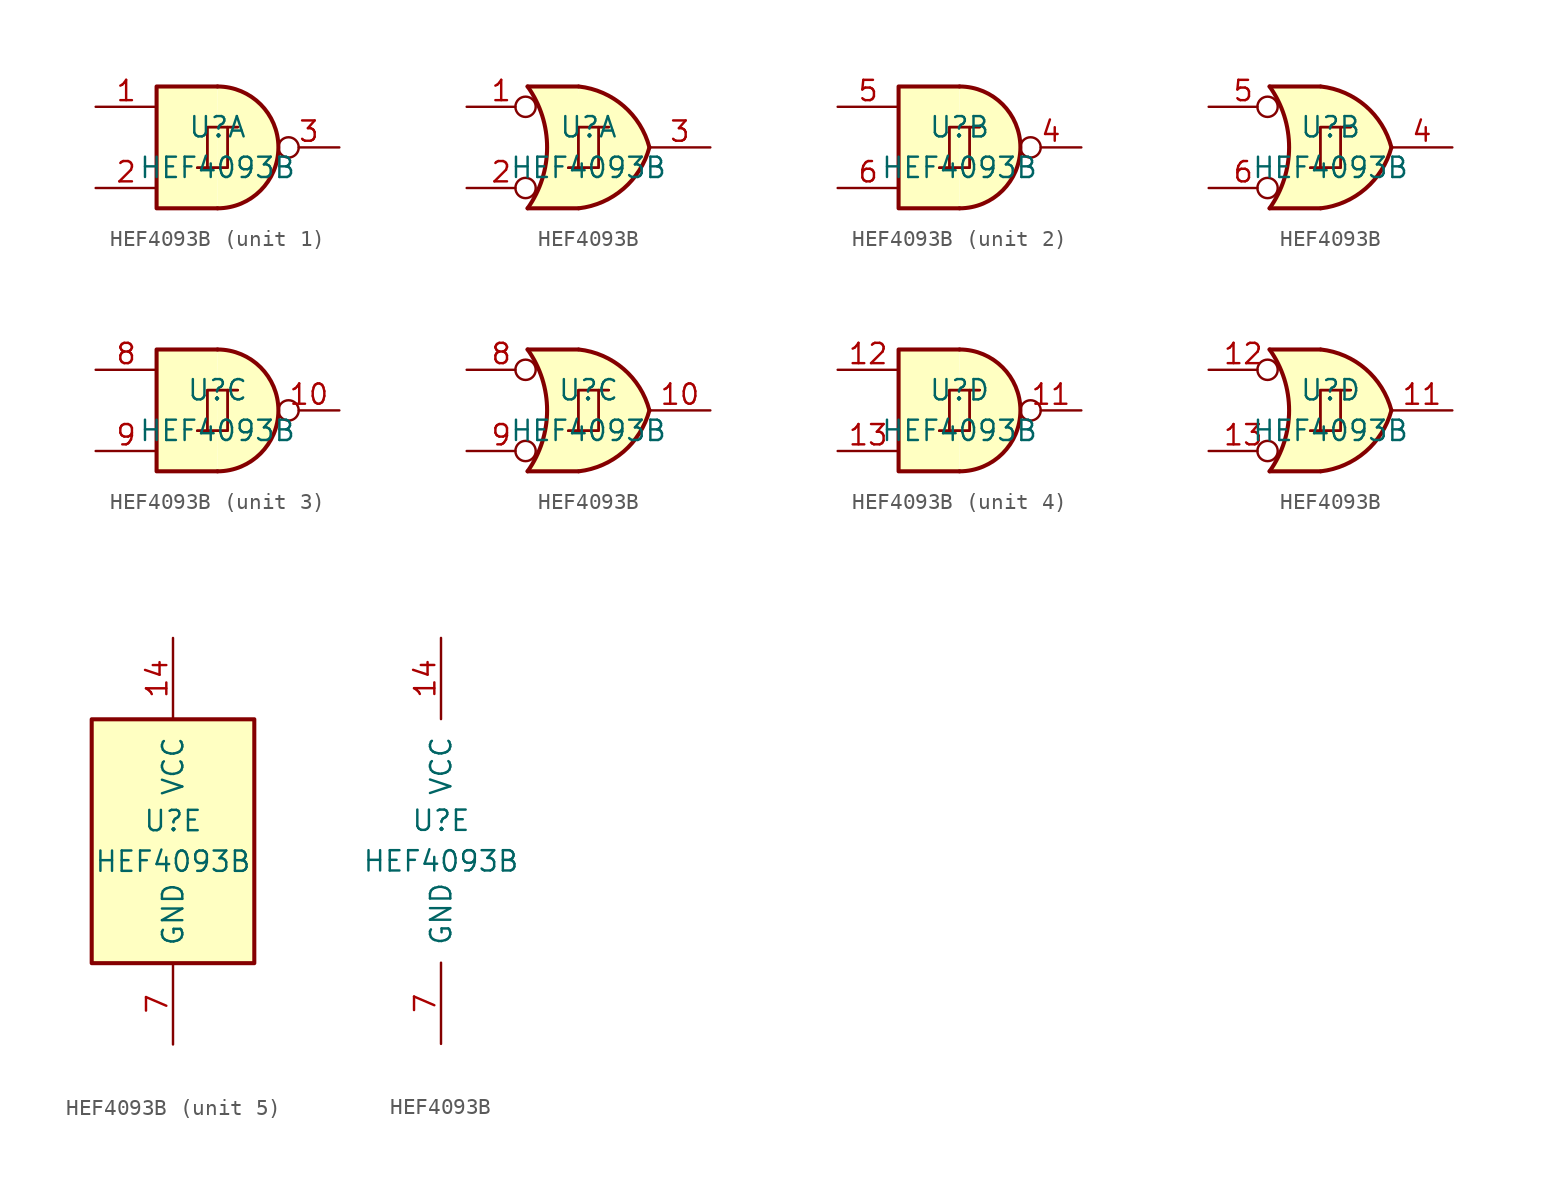
<source format=kicad_sym>
(kicad_symbol_lib
  (version 20211014)
  (generator kicad_symbol_editor)
  (symbol "HEF4093B"
    (pin_names
      (offset 1.016))
    (property "Reference" "U"
      (at 0 1.27 0)
      (effects (font (size 1.27 1.27))))
    (property "Value" "HEF4093B"
      (at 0 -1.27 0)
      (effects (font (size 1.27 1.27))))
    (property "ki_locked" ""
      (at 0 0 0)
      (effects (font (size 1.27 1.27))))
    (symbol "HEF4093B_1_0"
      (polyline (pts (xy -0.635 -1.27) (xy -0.635 1.27) (xy 0.635 1.27)) (stroke (width 0) (type default) (color 0 0 0 0)) (fill (type none)))
      (polyline (pts (xy -0.635 -1.27) (xy -0.635 1.27) (xy 0.635 1.27)) (stroke (width 0) (type default) (color 0 0 0 0)) (fill (type none)))
      (polyline (pts (xy -1.27 -1.27) (xy 0.635 -1.27) (xy 0.635 1.27) (xy 1.27 1.27)) (stroke (width 0) (type default) (color 0 0 0 0)) (fill (type none)))
      (polyline (pts (xy -1.27 -1.27) (xy 0.635 -1.27) (xy 0.635 1.27) (xy 1.27 1.27)) (stroke (width 0) (type default) (color 0 0 0 0)) (fill (type none))))
    (symbol "HEF4093B_1_1"
      (arc (start 0 -3.81) (mid 3.81 0) (end 0 3.81) (stroke (width 0.254) (type default) (color 0 0 0 0)) (fill (type background)))
      (polyline (pts (xy 0 3.81) (xy -3.81 3.81) (xy -3.81 -3.81) (xy 0 -3.81)) (stroke (width 0.254) (type default) (color 0 0 0 0)) (fill (type background)))
      (pin input line (at -7.62 2.54 0) (length 3.81) (name "~" (effects (font (size 1.27 1.27)))) (number "1" (effects (font (size 1.27 1.27)))))
      (pin input line (at -7.62 -2.54 0) (length 3.81) (name "~" (effects (font (size 1.27 1.27)))) (number "2" (effects (font (size 1.27 1.27)))))
      (pin output inverted (at 7.62 0 180) (length 3.81) (name "~" (effects (font (size 1.27 1.27)))) (number "3" (effects (font (size 1.27 1.27))))))
    (symbol "HEF4093B_1_2"
      (arc (start -3.81 -3.81) (mid -2.589 0) (end -3.81 3.81) (stroke (width 0.254) (type default) (color 0 0 0 0)) (fill (type none)))
      (arc (start -0.6096 -3.81) (mid 2.1855 -2.584) (end 3.81 0) (stroke (width 0.254) (type default) (color 0 0 0 0)) (fill (type background)))
      (polyline (pts (xy -3.81 -3.81) (xy -0.635 -3.81)) (stroke (width 0.254) (type default) (color 0 0 0 0)) (fill (type background)))
      (polyline (pts (xy -3.81 3.81) (xy -0.635 3.81)) (stroke (width 0.254) (type default) (color 0 0 0 0)) (fill (type background)))
      (polyline (pts (xy -0.635 3.81) (xy -3.81 3.81) (xy -3.81 3.81) (xy -3.556 3.404) (xy -3.023 2.261) (xy -2.692 1.041) (xy -2.616 -0.254) (xy -2.769 -1.499) (xy -3.175 -2.718) (xy -3.81 -3.81) (xy -3.81 -3.81) (xy -0.635 -3.81)) (stroke (width -25.4) (type default) (color 0 0 0 0)) (fill (type background)))
      (arc (start 3.81 0) (mid 2.1928 2.5925) (end -0.6096 3.81) (stroke (width 0.254) (type default) (color 0 0 0 0)) (fill (type background)))
      (pin input inverted (at -7.62 2.54 0) (length 4.318) (name "~" (effects (font (size 1.27 1.27)))) (number "1" (effects (font (size 1.27 1.27)))))
      (pin input inverted (at -7.62 -2.54 0) (length 4.318) (name "~" (effects (font (size 1.27 1.27)))) (number "2" (effects (font (size 1.27 1.27)))))
      (pin output line (at 7.62 0 180) (length 3.81) (name "~" (effects (font (size 1.27 1.27)))) (number "3" (effects (font (size 1.27 1.27))))))
    (symbol "HEF4093B_2_0"
      (polyline (pts (xy -0.635 -1.27) (xy -0.635 1.27) (xy 0.635 1.27)) (stroke (width 0) (type default) (color 0 0 0 0)) (fill (type none)))
      (polyline (pts (xy -0.635 -1.27) (xy -0.635 1.27) (xy 0.635 1.27)) (stroke (width 0) (type default) (color 0 0 0 0)) (fill (type none)))
      (polyline (pts (xy -1.27 -1.27) (xy 0.635 -1.27) (xy 0.635 1.27) (xy 1.27 1.27)) (stroke (width 0) (type default) (color 0 0 0 0)) (fill (type none)))
      (polyline (pts (xy -1.27 -1.27) (xy 0.635 -1.27) (xy 0.635 1.27) (xy 1.27 1.27)) (stroke (width 0) (type default) (color 0 0 0 0)) (fill (type none))))
    (symbol "HEF4093B_2_1"
      (arc (start 0 -3.81) (mid 3.81 0) (end 0 3.81) (stroke (width 0.254) (type default) (color 0 0 0 0)) (fill (type background)))
      (polyline (pts (xy 0 3.81) (xy -3.81 3.81) (xy -3.81 -3.81) (xy 0 -3.81)) (stroke (width 0.254) (type default) (color 0 0 0 0)) (fill (type background)))
      (pin output inverted (at 7.62 0 180) (length 3.81) (name "~" (effects (font (size 1.27 1.27)))) (number "4" (effects (font (size 1.27 1.27)))))
      (pin input line (at -7.62 2.54 0) (length 3.81) (name "~" (effects (font (size 1.27 1.27)))) (number "5" (effects (font (size 1.27 1.27)))))
      (pin input line (at -7.62 -2.54 0) (length 3.81) (name "~" (effects (font (size 1.27 1.27)))) (number "6" (effects (font (size 1.27 1.27))))))
    (symbol "HEF4093B_2_2"
      (arc (start -3.81 -3.81) (mid -2.589 0) (end -3.81 3.81) (stroke (width 0.254) (type default) (color 0 0 0 0)) (fill (type none)))
      (arc (start -0.6096 -3.81) (mid 2.1855 -2.584) (end 3.81 0) (stroke (width 0.254) (type default) (color 0 0 0 0)) (fill (type background)))
      (polyline (pts (xy -3.81 -3.81) (xy -0.635 -3.81)) (stroke (width 0.254) (type default) (color 0 0 0 0)) (fill (type background)))
      (polyline (pts (xy -3.81 3.81) (xy -0.635 3.81)) (stroke (width 0.254) (type default) (color 0 0 0 0)) (fill (type background)))
      (polyline (pts (xy -0.635 3.81) (xy -3.81 3.81) (xy -3.81 3.81) (xy -3.556 3.404) (xy -3.023 2.261) (xy -2.692 1.041) (xy -2.616 -0.254) (xy -2.769 -1.499) (xy -3.175 -2.718) (xy -3.81 -3.81) (xy -3.81 -3.81) (xy -0.635 -3.81)) (stroke (width -25.4) (type default) (color 0 0 0 0)) (fill (type background)))
      (arc (start 3.81 0) (mid 2.1928 2.5925) (end -0.6096 3.81) (stroke (width 0.254) (type default) (color 0 0 0 0)) (fill (type background)))
      (pin output line (at 7.62 0 180) (length 3.81) (name "~" (effects (font (size 1.27 1.27)))) (number "4" (effects (font (size 1.27 1.27)))))
      (pin input inverted (at -7.62 2.54 0) (length 4.318) (name "~" (effects (font (size 1.27 1.27)))) (number "5" (effects (font (size 1.27 1.27)))))
      (pin input inverted (at -7.62 -2.54 0) (length 4.318) (name "~" (effects (font (size 1.27 1.27)))) (number "6" (effects (font (size 1.27 1.27))))))
    (symbol "HEF4093B_3_0"
      (polyline (pts (xy -0.635 -1.27) (xy -0.635 1.27) (xy 0.635 1.27)) (stroke (width 0) (type default) (color 0 0 0 0)) (fill (type none)))
      (polyline (pts (xy -0.635 -1.27) (xy -0.635 1.27) (xy 0.635 1.27)) (stroke (width 0) (type default) (color 0 0 0 0)) (fill (type none)))
      (polyline (pts (xy -1.27 -1.27) (xy 0.635 -1.27) (xy 0.635 1.27) (xy 1.27 1.27)) (stroke (width 0) (type default) (color 0 0 0 0)) (fill (type none)))
      (polyline (pts (xy -1.27 -1.27) (xy 0.635 -1.27) (xy 0.635 1.27) (xy 1.27 1.27)) (stroke (width 0) (type default) (color 0 0 0 0)) (fill (type none))))
    (symbol "HEF4093B_3_1"
      (arc (start 0 -3.81) (mid 3.81 0) (end 0 3.81) (stroke (width 0.254) (type default) (color 0 0 0 0)) (fill (type background)))
      (polyline (pts (xy 0 3.81) (xy -3.81 3.81) (xy -3.81 -3.81) (xy 0 -3.81)) (stroke (width 0.254) (type default) (color 0 0 0 0)) (fill (type background)))
      (pin output inverted (at 7.62 0 180) (length 3.81) (name "~" (effects (font (size 1.27 1.27)))) (number "10" (effects (font (size 1.27 1.27)))))
      (pin input line (at -7.62 2.54 0) (length 3.81) (name "~" (effects (font (size 1.27 1.27)))) (number "8" (effects (font (size 1.27 1.27)))))
      (pin input line (at -7.62 -2.54 0) (length 3.81) (name "~" (effects (font (size 1.27 1.27)))) (number "9" (effects (font (size 1.27 1.27))))))
    (symbol "HEF4093B_3_2"
      (arc (start -3.81 -3.81) (mid -2.589 0) (end -3.81 3.81) (stroke (width 0.254) (type default) (color 0 0 0 0)) (fill (type none)))
      (arc (start -0.6096 -3.81) (mid 2.1855 -2.584) (end 3.81 0) (stroke (width 0.254) (type default) (color 0 0 0 0)) (fill (type background)))
      (polyline (pts (xy -3.81 -3.81) (xy -0.635 -3.81)) (stroke (width 0.254) (type default) (color 0 0 0 0)) (fill (type background)))
      (polyline (pts (xy -3.81 3.81) (xy -0.635 3.81)) (stroke (width 0.254) (type default) (color 0 0 0 0)) (fill (type background)))
      (polyline (pts (xy -0.635 3.81) (xy -3.81 3.81) (xy -3.81 3.81) (xy -3.556 3.404) (xy -3.023 2.261) (xy -2.692 1.041) (xy -2.616 -0.254) (xy -2.769 -1.499) (xy -3.175 -2.718) (xy -3.81 -3.81) (xy -3.81 -3.81) (xy -0.635 -3.81)) (stroke (width -25.4) (type default) (color 0 0 0 0)) (fill (type background)))
      (arc (start 3.81 0) (mid 2.1928 2.5925) (end -0.6096 3.81) (stroke (width 0.254) (type default) (color 0 0 0 0)) (fill (type background)))
      (pin output line (at 7.62 0 180) (length 3.81) (name "~" (effects (font (size 1.27 1.27)))) (number "10" (effects (font (size 1.27 1.27)))))
      (pin input inverted (at -7.62 2.54 0) (length 4.318) (name "~" (effects (font (size 1.27 1.27)))) (number "8" (effects (font (size 1.27 1.27)))))
      (pin input inverted (at -7.62 -2.54 0) (length 4.318) (name "~" (effects (font (size 1.27 1.27)))) (number "9" (effects (font (size 1.27 1.27))))))
    (symbol "HEF4093B_4_0"
      (polyline (pts (xy -0.635 -1.27) (xy -0.635 1.27) (xy 0.635 1.27)) (stroke (width 0) (type default) (color 0 0 0 0)) (fill (type none)))
      (polyline (pts (xy -0.635 -1.27) (xy -0.635 1.27) (xy 0.635 1.27)) (stroke (width 0) (type default) (color 0 0 0 0)) (fill (type none)))
      (polyline (pts (xy -1.27 -1.27) (xy 0.635 -1.27) (xy 0.635 1.27) (xy 1.27 1.27)) (stroke (width 0) (type default) (color 0 0 0 0)) (fill (type none)))
      (polyline (pts (xy -1.27 -1.27) (xy 0.635 -1.27) (xy 0.635 1.27) (xy 1.27 1.27)) (stroke (width 0) (type default) (color 0 0 0 0)) (fill (type none))))
    (symbol "HEF4093B_4_1"
      (arc (start 0 -3.81) (mid 3.81 0) (end 0 3.81) (stroke (width 0.254) (type default) (color 0 0 0 0)) (fill (type background)))
      (polyline (pts (xy 0 3.81) (xy -3.81 3.81) (xy -3.81 -3.81) (xy 0 -3.81)) (stroke (width 0.254) (type default) (color 0 0 0 0)) (fill (type background)))
      (pin output inverted (at 7.62 0 180) (length 3.81) (name "~" (effects (font (size 1.27 1.27)))) (number "11" (effects (font (size 1.27 1.27)))))
      (pin input line (at -7.62 2.54 0) (length 3.81) (name "~" (effects (font (size 1.27 1.27)))) (number "12" (effects (font (size 1.27 1.27)))))
      (pin input line (at -7.62 -2.54 0) (length 3.81) (name "~" (effects (font (size 1.27 1.27)))) (number "13" (effects (font (size 1.27 1.27))))))
    (symbol "HEF4093B_4_2"
      (arc (start -3.81 -3.81) (mid -2.589 0) (end -3.81 3.81) (stroke (width 0.254) (type default) (color 0 0 0 0)) (fill (type none)))
      (arc (start -0.6096 -3.81) (mid 2.1855 -2.584) (end 3.81 0) (stroke (width 0.254) (type default) (color 0 0 0 0)) (fill (type background)))
      (polyline (pts (xy -3.81 -3.81) (xy -0.635 -3.81)) (stroke (width 0.254) (type default) (color 0 0 0 0)) (fill (type background)))
      (polyline (pts (xy -3.81 3.81) (xy -0.635 3.81)) (stroke (width 0.254) (type default) (color 0 0 0 0)) (fill (type background)))
      (polyline (pts (xy -0.635 3.81) (xy -3.81 3.81) (xy -3.81 3.81) (xy -3.556 3.404) (xy -3.023 2.261) (xy -2.692 1.041) (xy -2.616 -0.254) (xy -2.769 -1.499) (xy -3.175 -2.718) (xy -3.81 -3.81) (xy -3.81 -3.81) (xy -0.635 -3.81)) (stroke (width -25.4) (type default) (color 0 0 0 0)) (fill (type background)))
      (arc (start 3.81 0) (mid 2.1928 2.5925) (end -0.6096 3.81) (stroke (width 0.254) (type default) (color 0 0 0 0)) (fill (type background)))
      (pin output line (at 7.62 0 180) (length 3.81) (name "~" (effects (font (size 1.27 1.27)))) (number "11" (effects (font (size 1.27 1.27)))))
      (pin input inverted (at -7.62 2.54 0) (length 4.318) (name "~" (effects (font (size 1.27 1.27)))) (number "12" (effects (font (size 1.27 1.27)))))
      (pin input inverted (at -7.62 -2.54 0) (length 4.318) (name "~" (effects (font (size 1.27 1.27)))) (number "13" (effects (font (size 1.27 1.27))))))
    (symbol "HEF4093B_5_0"
      (pin power_in line (at 0 12.7 270) (length 5.08) (name "VCC" (effects (font (size 1.27 1.27)))) (number "14" (effects (font (size 1.27 1.27)))))
      (pin power_in line (at 0 -12.7 90) (length 5.08) (name "GND" (effects (font (size 1.27 1.27)))) (number "7" (effects (font (size 1.27 1.27))))))
    (symbol "HEF4093B_5_1"
      (rectangle (start -5.08 7.62) (end 5.08 -7.62) (stroke (width 0.254) (type default) (color 0 0 0 0)) (fill (type background))))))
</source>
